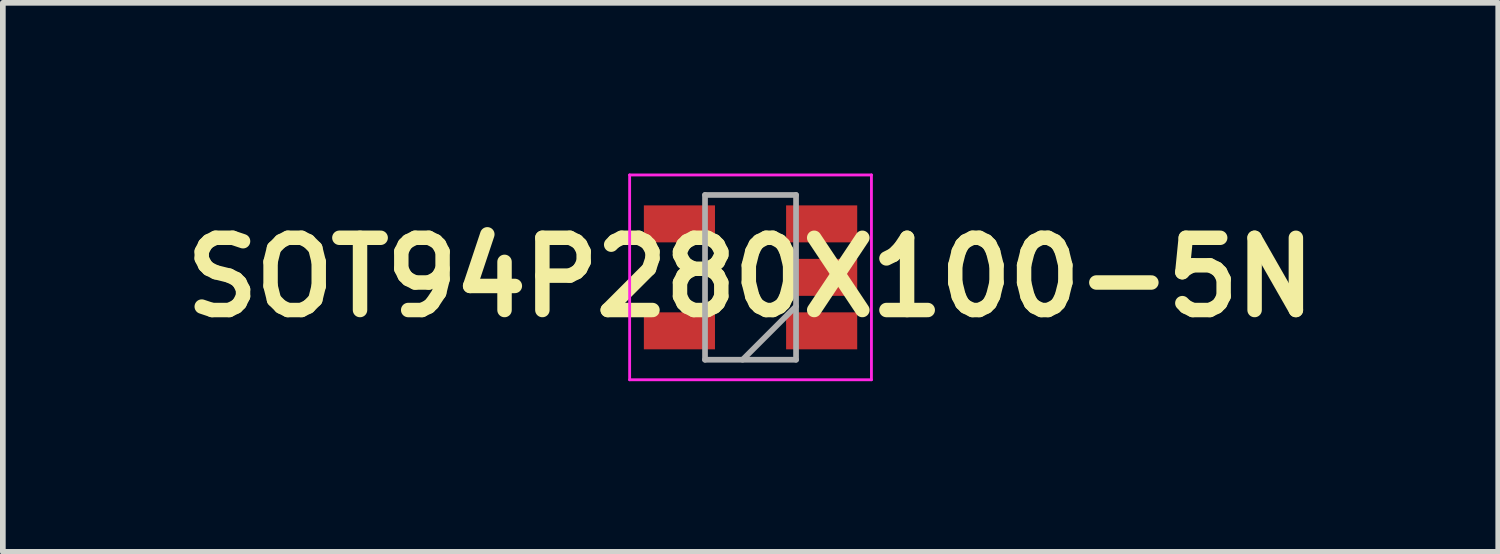
<source format=kicad_pcb>
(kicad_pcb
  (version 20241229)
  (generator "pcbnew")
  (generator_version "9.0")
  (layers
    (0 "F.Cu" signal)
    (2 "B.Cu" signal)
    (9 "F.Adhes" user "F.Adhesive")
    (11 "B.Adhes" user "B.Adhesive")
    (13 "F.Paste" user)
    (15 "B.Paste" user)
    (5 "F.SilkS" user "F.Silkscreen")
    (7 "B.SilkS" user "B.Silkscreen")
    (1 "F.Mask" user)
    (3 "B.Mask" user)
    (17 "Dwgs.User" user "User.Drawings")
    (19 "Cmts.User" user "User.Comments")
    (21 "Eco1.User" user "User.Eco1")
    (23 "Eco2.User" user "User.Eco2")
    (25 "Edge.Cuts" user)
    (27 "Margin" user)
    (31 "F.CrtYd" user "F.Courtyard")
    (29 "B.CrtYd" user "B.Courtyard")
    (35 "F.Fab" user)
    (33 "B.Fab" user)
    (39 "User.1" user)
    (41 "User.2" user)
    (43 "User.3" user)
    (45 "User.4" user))
  (footprint "SOT94P280X100-5N"
    (layer "F.Cu")
    (at 10.142 1.825)
    (property "Reference" "SOT94P280X100-5N" (at 0 0 0) (layer "F.SilkS") (effects (font (size 1.27 1.27) (thickness 0.254))))
    (attr smd)
    (fp_line (start -2.125 -1.8) (end 2.125 -1.8) (stroke (width 0.05) (type solid)) (layer "F.CrtYd"))
    (fp_line (start -2.125 1.8) (end -2.125 -1.8) (stroke (width 0.05) (type solid)) (layer "F.CrtYd"))
    (fp_line (start 2.125 -1.8) (end 2.125 1.8) (stroke (width 0.05) (type solid)) (layer "F.CrtYd"))
    (fp_line (start 2.125 1.8) (end -2.125 1.8) (stroke (width 0.05) (type solid)) (layer "F.CrtYd"))
    (fp_line (start -0.8 -1.448) (end 0.8 -1.448) (stroke (width 0.1) (type solid)) (layer "F.Fab"))
    (fp_line (start -0.8 1.448) (end -0.8 -1.448) (stroke (width 0.1) (type solid)) (layer "F.Fab"))
    (fp_line (start 0.8 -1.448) (end 0.8 1.448) (stroke (width 0.1) (type solid)) (layer "F.Fab"))
    (fp_line (start 0.8 0.508) (end -0.14 1.448) (stroke (width 0.1) (type solid)) (layer "F.Fab"))
    (fp_line (start 0.8 1.448) (end -0.8 1.448) (stroke (width 0.1) (type solid)) (layer "F.Fab"))
    (pad "1" smd rect (at 1.25 0.94 270) (size 0.65 1.25) (layers "F.Cu" "F.Mask" "F.Paste"))
    (pad "2" smd rect (at 1.25 0 270) (size 0.65 1.25) (layers "F.Cu" "F.Mask" "F.Paste"))
    (pad "3" smd rect (at 1.25 -0.94 270) (size 0.65 1.25) (layers "F.Cu" "F.Mask" "F.Paste"))
    (pad "4" smd rect (at -1.25 -0.94 270) (size 0.65 1.25) (layers "F.Cu" "F.Mask" "F.Paste"))
    (pad "5" smd rect (at -1.25 0.94 270) (size 0.65 1.25) (layers "F.Cu" "F.Mask" "F.Paste")))
  (gr_rect
    (start -3 -3)
    (end 23.284 6.65)
    (stroke (width 0.1) (type default))
    (fill no)
    (layer "Edge.Cuts")))
</source>
